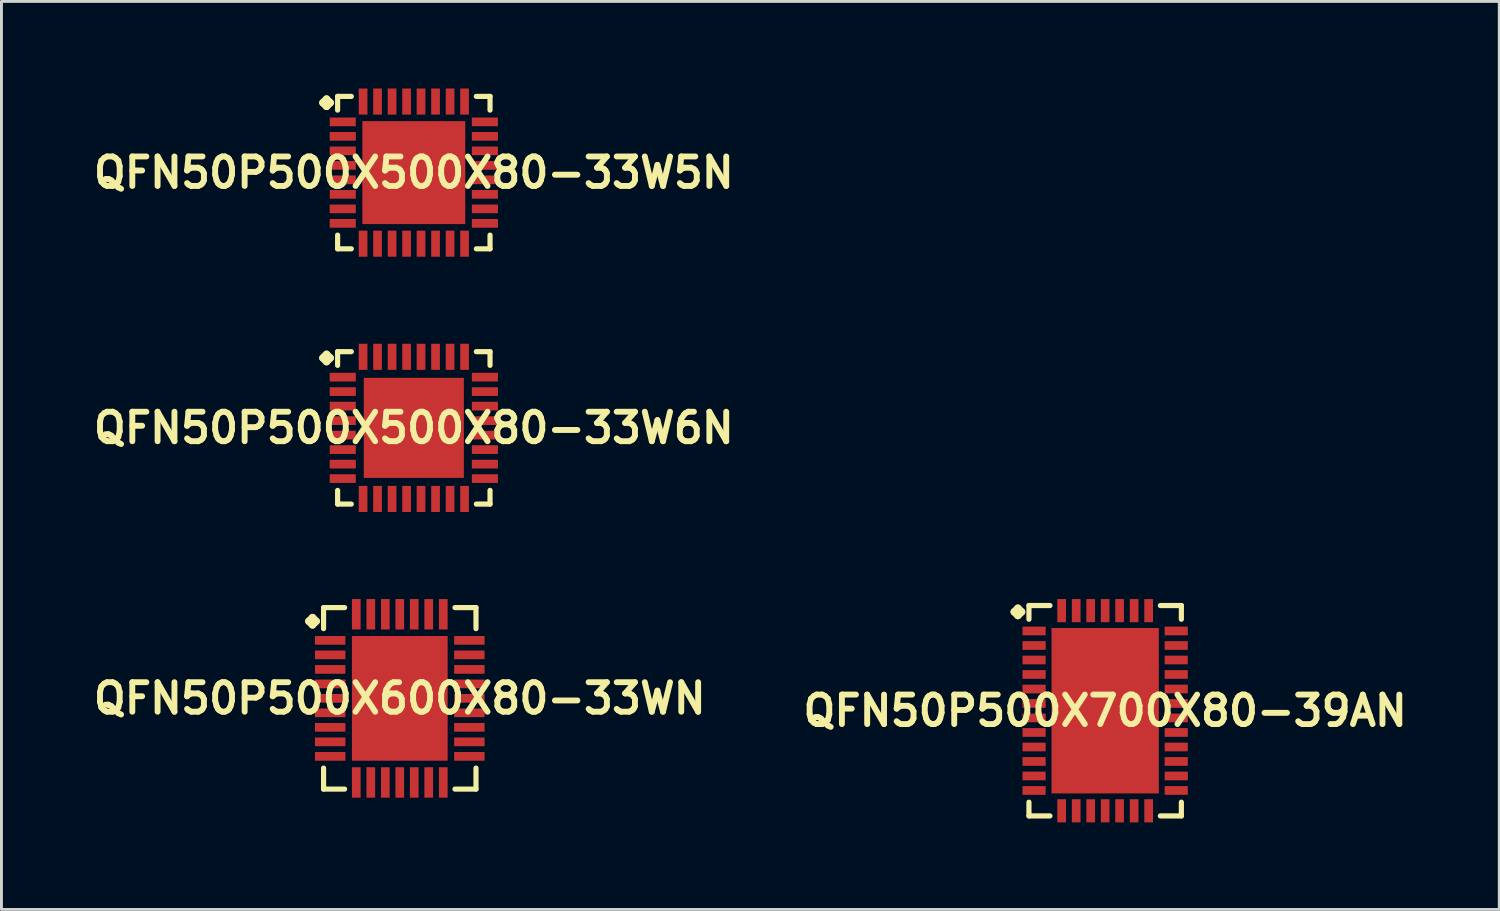
<source format=kicad_pcb>
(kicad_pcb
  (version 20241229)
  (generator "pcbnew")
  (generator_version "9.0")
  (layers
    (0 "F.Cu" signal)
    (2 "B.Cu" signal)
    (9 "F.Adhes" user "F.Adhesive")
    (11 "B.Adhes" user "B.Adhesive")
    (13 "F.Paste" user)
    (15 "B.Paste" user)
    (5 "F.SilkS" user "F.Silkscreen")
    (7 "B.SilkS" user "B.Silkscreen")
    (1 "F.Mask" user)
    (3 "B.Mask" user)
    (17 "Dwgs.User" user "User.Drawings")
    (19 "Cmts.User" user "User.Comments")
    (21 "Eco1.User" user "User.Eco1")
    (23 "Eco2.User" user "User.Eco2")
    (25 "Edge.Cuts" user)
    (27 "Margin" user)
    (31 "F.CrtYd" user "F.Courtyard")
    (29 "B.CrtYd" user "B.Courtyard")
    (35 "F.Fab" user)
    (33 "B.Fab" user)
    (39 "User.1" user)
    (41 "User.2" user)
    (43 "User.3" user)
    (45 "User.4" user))
  (footprint "QFN50P500X500X80-33W5N"
    (layer "F.Cu")
    (at 11.21 2.898)
    (property "Reference" "QFN50P500X500X80-33W5N" (at 0 0 0) (layer "F.SilkS") (effects (font (size 1.016 1.016) (thickness 0.203))))
    (attr smd)
    (fp_line (start -3.134 -2.408) (end -3.007 -2.535) (stroke (width 0.254) (type solid)) (layer "F.SilkS"))
    (fp_line (start -3.007 -2.535) (end -2.88 -2.408) (stroke (width 0.254) (type solid)) (layer "F.SilkS"))
    (fp_line (start -3.007 -2.281) (end -3.134 -2.408) (stroke (width 0.254) (type solid)) (layer "F.SilkS"))
    (fp_line (start -2.88 -2.408) (end -3.007 -2.281) (stroke (width 0.254) (type solid)) (layer "F.SilkS"))
    (fp_line (start -2.626 -2.626) (end -2.154 -2.626) (stroke (width 0.178) (type solid)) (layer "F.SilkS"))
    (fp_line (start -2.626 -2.154) (end -2.626 -2.626) (stroke (width 0.178) (type solid)) (layer "F.SilkS"))
    (fp_line (start -2.626 2.154) (end -2.626 2.626) (stroke (width 0.178) (type solid)) (layer "F.SilkS"))
    (fp_line (start -2.626 2.626) (end -2.154 2.626) (stroke (width 0.178) (type solid)) (layer "F.SilkS"))
    (fp_line (start 2.154 -2.626) (end 2.626 -2.626) (stroke (width 0.178) (type solid)) (layer "F.SilkS"))
    (fp_line (start 2.154 2.626) (end 2.626 2.626) (stroke (width 0.178) (type solid)) (layer "F.SilkS"))
    (fp_line (start 2.626 -2.626) (end 2.626 -2.154) (stroke (width 0.178) (type solid)) (layer "F.SilkS"))
    (fp_line (start 2.626 2.626) (end 2.626 2.154) (stroke (width 0.178) (type solid)) (layer "F.SilkS"))
    (pad "1" smd rect (at -2.449 -1.748) (size 0.899 0.3) (layers "F.Cu" "F.Mask" "F.Paste"))
    (pad "2" smd rect (at -2.449 -1.25) (size 0.899 0.3) (layers "F.Cu" "F.Mask" "F.Paste"))
    (pad "3" smd rect (at -2.449 -0.749) (size 0.899 0.3) (layers "F.Cu" "F.Mask" "F.Paste"))
    (pad "4" smd rect (at -2.449 -0.249) (size 0.899 0.3) (layers "F.Cu" "F.Mask" "F.Paste"))
    (pad "5" smd rect (at -2.449 0.249) (size 0.899 0.3) (layers "F.Cu" "F.Mask" "F.Paste"))
    (pad "6" smd rect (at -2.449 0.749) (size 0.899 0.3) (layers "F.Cu" "F.Mask" "F.Paste"))
    (pad "7" smd rect (at -2.449 1.25) (size 0.899 0.3) (layers "F.Cu" "F.Mask" "F.Paste"))
    (pad "8" smd rect (at -2.449 1.748) (size 0.899 0.3) (layers "F.Cu" "F.Mask" "F.Paste"))
    (pad "9" smd rect (at -1.748 2.449) (size 0.3 0.899) (layers "F.Cu" "F.Mask" "F.Paste"))
    (pad "10" smd rect (at -1.25 2.449) (size 0.3 0.899) (layers "F.Cu" "F.Mask" "F.Paste"))
    (pad "11" smd rect (at -0.749 2.449) (size 0.3 0.899) (layers "F.Cu" "F.Mask" "F.Paste"))
    (pad "12" smd rect (at -0.249 2.449) (size 0.3 0.899) (layers "F.Cu" "F.Mask" "F.Paste"))
    (pad "13" smd rect (at 0.249 2.449) (size 0.3 0.899) (layers "F.Cu" "F.Mask" "F.Paste"))
    (pad "14" smd rect (at 0.749 2.449) (size 0.3 0.899) (layers "F.Cu" "F.Mask" "F.Paste"))
    (pad "15" smd rect (at 1.25 2.449) (size 0.3 0.899) (layers "F.Cu" "F.Mask" "F.Paste"))
    (pad "16" smd rect (at 1.748 2.449) (size 0.3 0.899) (layers "F.Cu" "F.Mask" "F.Paste"))
    (pad "17" smd rect (at 2.449 1.748) (size 0.899 0.3) (layers "F.Cu" "F.Mask" "F.Paste"))
    (pad "18" smd rect (at 2.449 1.25) (size 0.899 0.3) (layers "F.Cu" "F.Mask" "F.Paste"))
    (pad "19" smd rect (at 2.449 0.749) (size 0.899 0.3) (layers "F.Cu" "F.Mask" "F.Paste"))
    (pad "20" smd rect (at 2.449 0.249) (size 0.899 0.3) (layers "F.Cu" "F.Mask" "F.Paste"))
    (pad "21" smd rect (at 2.449 -0.249) (size 0.899 0.3) (layers "F.Cu" "F.Mask" "F.Paste"))
    (pad "22" smd rect (at 2.449 -0.749) (size 0.899 0.3) (layers "F.Cu" "F.Mask" "F.Paste"))
    (pad "23" smd rect (at 2.449 -1.25) (size 0.899 0.3) (layers "F.Cu" "F.Mask" "F.Paste"))
    (pad "24" smd rect (at 2.449 -1.748) (size 0.899 0.3) (layers "F.Cu" "F.Mask" "F.Paste"))
    (pad "25" smd rect (at 1.748 -2.449) (size 0.3 0.899) (layers "F.Cu" "F.Mask" "F.Paste"))
    (pad "26" smd rect (at 1.25 -2.449) (size 0.3 0.899) (layers "F.Cu" "F.Mask" "F.Paste"))
    (pad "27" smd rect (at 0.749 -2.449) (size 0.3 0.899) (layers "F.Cu" "F.Mask" "F.Paste"))
    (pad "28" smd rect (at 0.249 -2.449) (size 0.3 0.899) (layers "F.Cu" "F.Mask" "F.Paste"))
    (pad "29" smd rect (at -0.249 -2.449) (size 0.3 0.899) (layers "F.Cu" "F.Mask" "F.Paste"))
    (pad "30" smd rect (at -0.749 -2.449) (size 0.3 0.899) (layers "F.Cu" "F.Mask" "F.Paste"))
    (pad "31" smd rect (at -1.25 -2.449) (size 0.3 0.899) (layers "F.Cu" "F.Mask" "F.Paste"))
    (pad "32" smd rect (at -1.748 -2.449) (size 0.3 0.899) (layers "F.Cu" "F.Mask" "F.Paste"))
    (pad "33" smd rect (at 0 0) (size 3.548 3.548) (layers "F.Cu" "F.Mask" "F.Paste")))
  (footprint "QFN50P500X500X80-33W6N"
    (layer "F.Cu")
    (at 11.21 11.694)
    (property "Reference" "QFN50P500X500X80-33W6N" (at 0 0 0) (layer "F.SilkS") (effects (font (size 1.016 1.016) (thickness 0.203))))
    (attr smd)
    (fp_line (start -3.134 -2.408) (end -3.007 -2.535) (stroke (width 0.254) (type solid)) (layer "F.SilkS"))
    (fp_line (start -3.007 -2.535) (end -2.88 -2.408) (stroke (width 0.254) (type solid)) (layer "F.SilkS"))
    (fp_line (start -3.007 -2.281) (end -3.134 -2.408) (stroke (width 0.254) (type solid)) (layer "F.SilkS"))
    (fp_line (start -2.88 -2.408) (end -3.007 -2.281) (stroke (width 0.254) (type solid)) (layer "F.SilkS"))
    (fp_line (start -2.626 -2.626) (end -2.154 -2.626) (stroke (width 0.178) (type solid)) (layer "F.SilkS"))
    (fp_line (start -2.626 -2.154) (end -2.626 -2.626) (stroke (width 0.178) (type solid)) (layer "F.SilkS"))
    (fp_line (start -2.626 2.154) (end -2.626 2.626) (stroke (width 0.178) (type solid)) (layer "F.SilkS"))
    (fp_line (start -2.626 2.626) (end -2.154 2.626) (stroke (width 0.178) (type solid)) (layer "F.SilkS"))
    (fp_line (start 2.154 -2.626) (end 2.626 -2.626) (stroke (width 0.178) (type solid)) (layer "F.SilkS"))
    (fp_line (start 2.154 2.626) (end 2.626 2.626) (stroke (width 0.178) (type solid)) (layer "F.SilkS"))
    (fp_line (start 2.626 -2.626) (end 2.626 -2.154) (stroke (width 0.178) (type solid)) (layer "F.SilkS"))
    (fp_line (start 2.626 2.626) (end 2.626 2.154) (stroke (width 0.178) (type solid)) (layer "F.SilkS"))
    (pad "1" smd rect (at -2.449 -1.748) (size 0.899 0.3) (layers "F.Cu" "F.Mask" "F.Paste"))
    (pad "2" smd rect (at -2.449 -1.25) (size 0.899 0.3) (layers "F.Cu" "F.Mask" "F.Paste"))
    (pad "3" smd rect (at -2.449 -0.749) (size 0.899 0.3) (layers "F.Cu" "F.Mask" "F.Paste"))
    (pad "4" smd rect (at -2.449 -0.249) (size 0.899 0.3) (layers "F.Cu" "F.Mask" "F.Paste"))
    (pad "5" smd rect (at -2.449 0.249) (size 0.899 0.3) (layers "F.Cu" "F.Mask" "F.Paste"))
    (pad "6" smd rect (at -2.449 0.749) (size 0.899 0.3) (layers "F.Cu" "F.Mask" "F.Paste"))
    (pad "7" smd rect (at -2.449 1.25) (size 0.899 0.3) (layers "F.Cu" "F.Mask" "F.Paste"))
    (pad "8" smd rect (at -2.449 1.748) (size 0.899 0.3) (layers "F.Cu" "F.Mask" "F.Paste"))
    (pad "9" smd rect (at -1.748 2.449) (size 0.3 0.899) (layers "F.Cu" "F.Mask" "F.Paste"))
    (pad "10" smd rect (at -1.25 2.449) (size 0.3 0.899) (layers "F.Cu" "F.Mask" "F.Paste"))
    (pad "11" smd rect (at -0.749 2.449) (size 0.3 0.899) (layers "F.Cu" "F.Mask" "F.Paste"))
    (pad "12" smd rect (at -0.249 2.449) (size 0.3 0.899) (layers "F.Cu" "F.Mask" "F.Paste"))
    (pad "13" smd rect (at 0.249 2.449) (size 0.3 0.899) (layers "F.Cu" "F.Mask" "F.Paste"))
    (pad "14" smd rect (at 0.749 2.449) (size 0.3 0.899) (layers "F.Cu" "F.Mask" "F.Paste"))
    (pad "15" smd rect (at 1.25 2.449) (size 0.3 0.899) (layers "F.Cu" "F.Mask" "F.Paste"))
    (pad "16" smd rect (at 1.748 2.449) (size 0.3 0.899) (layers "F.Cu" "F.Mask" "F.Paste"))
    (pad "17" smd rect (at 2.449 1.748) (size 0.899 0.3) (layers "F.Cu" "F.Mask" "F.Paste"))
    (pad "18" smd rect (at 2.449 1.25) (size 0.899 0.3) (layers "F.Cu" "F.Mask" "F.Paste"))
    (pad "19" smd rect (at 2.449 0.749) (size 0.899 0.3) (layers "F.Cu" "F.Mask" "F.Paste"))
    (pad "20" smd rect (at 2.449 0.249) (size 0.899 0.3) (layers "F.Cu" "F.Mask" "F.Paste"))
    (pad "21" smd rect (at 2.449 -0.249) (size 0.899 0.3) (layers "F.Cu" "F.Mask" "F.Paste"))
    (pad "22" smd rect (at 2.449 -0.749) (size 0.899 0.3) (layers "F.Cu" "F.Mask" "F.Paste"))
    (pad "23" smd rect (at 2.449 -1.25) (size 0.899 0.3) (layers "F.Cu" "F.Mask" "F.Paste"))
    (pad "24" smd rect (at 2.449 -1.748) (size 0.899 0.3) (layers "F.Cu" "F.Mask" "F.Paste"))
    (pad "25" smd rect (at 1.748 -2.449) (size 0.3 0.899) (layers "F.Cu" "F.Mask" "F.Paste"))
    (pad "26" smd rect (at 1.25 -2.449) (size 0.3 0.899) (layers "F.Cu" "F.Mask" "F.Paste"))
    (pad "27" smd rect (at 0.749 -2.449) (size 0.3 0.899) (layers "F.Cu" "F.Mask" "F.Paste"))
    (pad "28" smd rect (at 0.249 -2.449) (size 0.3 0.899) (layers "F.Cu" "F.Mask" "F.Paste"))
    (pad "29" smd rect (at -0.249 -2.449) (size 0.3 0.899) (layers "F.Cu" "F.Mask" "F.Paste"))
    (pad "30" smd rect (at -0.749 -2.449) (size 0.3 0.899) (layers "F.Cu" "F.Mask" "F.Paste"))
    (pad "31" smd rect (at -1.25 -2.449) (size 0.3 0.899) (layers "F.Cu" "F.Mask" "F.Paste"))
    (pad "32" smd rect (at -1.748 -2.449) (size 0.3 0.899) (layers "F.Cu" "F.Mask" "F.Paste"))
    (pad "33" smd rect (at 0 0) (size 3.449 3.449) (layers "F.Cu" "F.Mask" "F.Paste")))
  (footprint "QFN50P500X600X80-33WN"
    (layer "F.Cu")
    (at 10.726 21.015)
    (property "Reference" "QFN50P500X600X80-33WN" (at 0 0 0) (layer "F.SilkS") (effects (font (size 1.016 1.016) (thickness 0.203))))
    (attr smd)
    (fp_line (start -3.134 -2.657) (end -3.007 -2.784) (stroke (width 0.254) (type solid)) (layer "F.SilkS"))
    (fp_line (start -3.007 -2.784) (end -2.88 -2.657) (stroke (width 0.254) (type solid)) (layer "F.SilkS"))
    (fp_line (start -3.007 -2.53) (end -3.134 -2.657) (stroke (width 0.254) (type solid)) (layer "F.SilkS"))
    (fp_line (start -2.88 -2.657) (end -3.007 -2.53) (stroke (width 0.254) (type solid)) (layer "F.SilkS"))
    (fp_line (start -2.626 -3.127) (end -1.902 -3.127) (stroke (width 0.178) (type solid)) (layer "F.SilkS"))
    (fp_line (start -2.626 -2.403) (end -2.626 -3.127) (stroke (width 0.178) (type solid)) (layer "F.SilkS"))
    (fp_line (start -2.626 2.403) (end -2.626 3.127) (stroke (width 0.178) (type solid)) (layer "F.SilkS"))
    (fp_line (start -2.626 3.127) (end -1.902 3.127) (stroke (width 0.178) (type solid)) (layer "F.SilkS"))
    (fp_line (start 1.902 -3.127) (end 2.626 -3.127) (stroke (width 0.178) (type solid)) (layer "F.SilkS"))
    (fp_line (start 1.902 3.127) (end 2.626 3.127) (stroke (width 0.178) (type solid)) (layer "F.SilkS"))
    (fp_line (start 2.626 -3.127) (end 2.626 -2.403) (stroke (width 0.178) (type solid)) (layer "F.SilkS"))
    (fp_line (start 2.626 3.127) (end 2.626 2.403) (stroke (width 0.178) (type solid)) (layer "F.SilkS"))
    (pad "1" smd rect (at -2.398 -1.999) (size 1.049 0.3) (layers "F.Cu" "F.Mask" "F.Paste"))
    (pad "2" smd rect (at -2.398 -1.499) (size 1.049 0.3) (layers "F.Cu" "F.Mask" "F.Paste"))
    (pad "3" smd rect (at -2.398 -0.998) (size 1.049 0.3) (layers "F.Cu" "F.Mask" "F.Paste"))
    (pad "4" smd rect (at -2.398 -0.498) (size 1.049 0.3) (layers "F.Cu" "F.Mask" "F.Paste"))
    (pad "5" smd rect (at -2.398 0) (size 1.049 0.3) (layers "F.Cu" "F.Mask" "F.Paste"))
    (pad "6" smd rect (at -2.398 0.498) (size 1.049 0.3) (layers "F.Cu" "F.Mask" "F.Paste"))
    (pad "7" smd rect (at -2.398 0.998) (size 1.049 0.3) (layers "F.Cu" "F.Mask" "F.Paste"))
    (pad "8" smd rect (at -2.398 1.499) (size 1.049 0.3) (layers "F.Cu" "F.Mask" "F.Paste"))
    (pad "9" smd rect (at -2.398 1.999) (size 1.049 0.3) (layers "F.Cu" "F.Mask" "F.Paste"))
    (pad "10" smd rect (at -1.499 2.898) (size 0.3 1.049) (layers "F.Cu" "F.Mask" "F.Paste"))
    (pad "11" smd rect (at -0.998 2.898) (size 0.3 1.049) (layers "F.Cu" "F.Mask" "F.Paste"))
    (pad "12" smd rect (at -0.498 2.898) (size 0.3 1.049) (layers "F.Cu" "F.Mask" "F.Paste"))
    (pad "13" smd rect (at 0 2.898) (size 0.3 1.049) (layers "F.Cu" "F.Mask" "F.Paste"))
    (pad "14" smd rect (at 0.498 2.898) (size 0.3 1.049) (layers "F.Cu" "F.Mask" "F.Paste"))
    (pad "15" smd rect (at 0.998 2.898) (size 0.3 1.049) (layers "F.Cu" "F.Mask" "F.Paste"))
    (pad "16" smd rect (at 1.499 2.898) (size 0.3 1.049) (layers "F.Cu" "F.Mask" "F.Paste"))
    (pad "17" smd rect (at 2.398 1.999) (size 1.049 0.3) (layers "F.Cu" "F.Mask" "F.Paste"))
    (pad "18" smd rect (at 2.398 1.499) (size 1.049 0.3) (layers "F.Cu" "F.Mask" "F.Paste"))
    (pad "19" smd rect (at 2.398 0.998) (size 1.049 0.3) (layers "F.Cu" "F.Mask" "F.Paste"))
    (pad "20" smd rect (at 2.398 0.498) (size 1.049 0.3) (layers "F.Cu" "F.Mask" "F.Paste"))
    (pad "21" smd rect (at 2.398 0) (size 1.049 0.3) (layers "F.Cu" "F.Mask" "F.Paste"))
    (pad "22" smd rect (at 2.398 -0.498) (size 1.049 0.3) (layers "F.Cu" "F.Mask" "F.Paste"))
    (pad "23" smd rect (at 2.398 -0.998) (size 1.049 0.3) (layers "F.Cu" "F.Mask" "F.Paste"))
    (pad "24" smd rect (at 2.398 -1.499) (size 1.049 0.3) (layers "F.Cu" "F.Mask" "F.Paste"))
    (pad "25" smd rect (at 2.398 -1.999) (size 1.049 0.3) (layers "F.Cu" "F.Mask" "F.Paste"))
    (pad "26" smd rect (at 1.499 -2.898) (size 0.3 1.049) (layers "F.Cu" "F.Mask" "F.Paste"))
    (pad "27" smd rect (at 0.998 -2.898) (size 0.3 1.049) (layers "F.Cu" "F.Mask" "F.Paste"))
    (pad "28" smd rect (at 0.498 -2.898) (size 0.3 1.049) (layers "F.Cu" "F.Mask" "F.Paste"))
    (pad "29" smd rect (at 0 -2.898) (size 0.3 1.049) (layers "F.Cu" "F.Mask" "F.Paste"))
    (pad "30" smd rect (at -0.498 -2.898) (size 0.3 1.049) (layers "F.Cu" "F.Mask" "F.Paste"))
    (pad "31" smd rect (at -0.998 -2.898) (size 0.3 1.049) (layers "F.Cu" "F.Mask" "F.Paste"))
    (pad "32" smd rect (at -1.499 -2.898) (size 0.3 1.049) (layers "F.Cu" "F.Mask" "F.Paste"))
    (pad "33" smd rect (at 0 0) (size 3.299 4.298) (layers "F.Cu" "F.Mask" "F.Paste")))
  (footprint "QFN50P500X700X80-39AN"
    (layer "F.Cu")
    (at 35.033 21.441)
    (property "Reference" "QFN50P500X700X80-39AN" (at 0 0 0) (layer "F.SilkS") (effects (font (size 1.016 1.016) (thickness 0.203))))
    (attr smd)
    (fp_line (start -3.134 -3.406) (end -3.007 -3.533) (stroke (width 0.254) (type solid)) (layer "F.SilkS"))
    (fp_line (start -3.007 -3.533) (end -2.88 -3.406) (stroke (width 0.254) (type solid)) (layer "F.SilkS"))
    (fp_line (start -3.007 -3.279) (end -3.134 -3.406) (stroke (width 0.254) (type solid)) (layer "F.SilkS"))
    (fp_line (start -2.88 -3.406) (end -3.007 -3.279) (stroke (width 0.254) (type solid)) (layer "F.SilkS"))
    (fp_line (start -2.626 -3.625) (end -1.902 -3.625) (stroke (width 0.178) (type solid)) (layer "F.SilkS"))
    (fp_line (start -2.626 -3.152) (end -2.626 -3.625) (stroke (width 0.178) (type solid)) (layer "F.SilkS"))
    (fp_line (start -2.626 3.152) (end -2.626 3.625) (stroke (width 0.178) (type solid)) (layer "F.SilkS"))
    (fp_line (start -2.626 3.625) (end -1.902 3.625) (stroke (width 0.178) (type solid)) (layer "F.SilkS"))
    (fp_line (start 1.902 -3.625) (end 2.626 -3.625) (stroke (width 0.178) (type solid)) (layer "F.SilkS"))
    (fp_line (start 1.902 3.625) (end 2.626 3.625) (stroke (width 0.178) (type solid)) (layer "F.SilkS"))
    (fp_line (start 2.626 -3.625) (end 2.626 -3.152) (stroke (width 0.178) (type solid)) (layer "F.SilkS"))
    (fp_line (start 2.626 3.625) (end 2.626 3.152) (stroke (width 0.178) (type solid)) (layer "F.SilkS"))
    (pad "1" smd rect (at -2.449 -2.748) (size 0.798 0.3) (layers "F.Cu" "F.Mask" "F.Paste"))
    (pad "2" smd rect (at -2.449 -2.248) (size 0.798 0.3) (layers "F.Cu" "F.Mask" "F.Paste"))
    (pad "3" smd rect (at -2.449 -1.748) (size 0.798 0.3) (layers "F.Cu" "F.Mask" "F.Paste"))
    (pad "4" smd rect (at -2.449 -1.25) (size 0.798 0.3) (layers "F.Cu" "F.Mask" "F.Paste"))
    (pad "5" smd rect (at -2.449 -0.749) (size 0.798 0.3) (layers "F.Cu" "F.Mask" "F.Paste"))
    (pad "6" smd rect (at -2.449 -0.249) (size 0.798 0.3) (layers "F.Cu" "F.Mask" "F.Paste"))
    (pad "7" smd rect (at -2.449 0.249) (size 0.798 0.3) (layers "F.Cu" "F.Mask" "F.Paste"))
    (pad "8" smd rect (at -2.449 0.749) (size 0.798 0.3) (layers "F.Cu" "F.Mask" "F.Paste"))
    (pad "9" smd rect (at -2.449 1.25) (size 0.798 0.3) (layers "F.Cu" "F.Mask" "F.Paste"))
    (pad "10" smd rect (at -2.449 1.748) (size 0.798 0.3) (layers "F.Cu" "F.Mask" "F.Paste"))
    (pad "11" smd rect (at -2.449 2.248) (size 0.798 0.3) (layers "F.Cu" "F.Mask" "F.Paste"))
    (pad "12" smd rect (at -2.449 2.748) (size 0.798 0.3) (layers "F.Cu" "F.Mask" "F.Paste"))
    (pad "13" smd rect (at -1.499 3.449) (size 0.3 0.798) (layers "F.Cu" "F.Mask" "F.Paste"))
    (pad "14" smd rect (at -0.998 3.449) (size 0.3 0.798) (layers "F.Cu" "F.Mask" "F.Paste"))
    (pad "15" smd rect (at -0.498 3.449) (size 0.3 0.798) (layers "F.Cu" "F.Mask" "F.Paste"))
    (pad "16" smd rect (at 0 3.449) (size 0.3 0.798) (layers "F.Cu" "F.Mask" "F.Paste"))
    (pad "17" smd rect (at 0.498 3.449) (size 0.3 0.798) (layers "F.Cu" "F.Mask" "F.Paste"))
    (pad "18" smd rect (at 0.998 3.449) (size 0.3 0.798) (layers "F.Cu" "F.Mask" "F.Paste"))
    (pad "19" smd rect (at 1.499 3.449) (size 0.3 0.798) (layers "F.Cu" "F.Mask" "F.Paste"))
    (pad "20" smd rect (at 2.449 2.748) (size 0.798 0.3) (layers "F.Cu" "F.Mask" "F.Paste"))
    (pad "21" smd rect (at 2.449 2.248) (size 0.798 0.3) (layers "F.Cu" "F.Mask" "F.Paste"))
    (pad "22" smd rect (at 2.449 1.748) (size 0.798 0.3) (layers "F.Cu" "F.Mask" "F.Paste"))
    (pad "23" smd rect (at 2.449 1.25) (size 0.798 0.3) (layers "F.Cu" "F.Mask" "F.Paste"))
    (pad "24" smd rect (at 2.449 0.749) (size 0.798 0.3) (layers "F.Cu" "F.Mask" "F.Paste"))
    (pad "25" smd rect (at 2.449 0.249) (size 0.798 0.3) (layers "F.Cu" "F.Mask" "F.Paste"))
    (pad "26" smd rect (at 2.449 -0.249) (size 0.798 0.3) (layers "F.Cu" "F.Mask" "F.Paste"))
    (pad "27" smd rect (at 2.449 -0.749) (size 0.798 0.3) (layers "F.Cu" "F.Mask" "F.Paste"))
    (pad "28" smd rect (at 2.449 -1.25) (size 0.798 0.3) (layers "F.Cu" "F.Mask" "F.Paste"))
    (pad "29" smd rect (at 2.449 -1.748) (size 0.798 0.3) (layers "F.Cu" "F.Mask" "F.Paste"))
    (pad "30" smd rect (at 2.449 -2.248) (size 0.798 0.3) (layers "F.Cu" "F.Mask" "F.Paste"))
    (pad "31" smd rect (at 2.449 -2.748) (size 0.798 0.3) (layers "F.Cu" "F.Mask" "F.Paste"))
    (pad "32" smd rect (at 1.499 -3.449) (size 0.3 0.798) (layers "F.Cu" "F.Mask" "F.Paste"))
    (pad "33" smd rect (at 0.998 -3.449) (size 0.3 0.798) (layers "F.Cu" "F.Mask" "F.Paste"))
    (pad "34" smd rect (at 0.498 -3.449) (size 0.3 0.798) (layers "F.Cu" "F.Mask" "F.Paste"))
    (pad "35" smd rect (at 0 -3.449) (size 0.3 0.798) (layers "F.Cu" "F.Mask" "F.Paste"))
    (pad "36" smd rect (at -0.498 -3.449) (size 0.3 0.798) (layers "F.Cu" "F.Mask" "F.Paste"))
    (pad "37" smd rect (at -0.998 -3.449) (size 0.3 0.798) (layers "F.Cu" "F.Mask" "F.Paste"))
    (pad "38" smd rect (at -1.499 -3.449) (size 0.3 0.798) (layers "F.Cu" "F.Mask" "F.Paste"))
    (pad "39" smd rect (at 0 0) (size 3.698 5.7) (layers "F.Cu" "F.Mask" "F.Paste")))
  (gr_rect
    (start -3 -3)
    (end 48.614 28.289)
    (stroke (width 0.1) (type default))
    (fill no)
    (layer "Edge.Cuts")))
</source>
